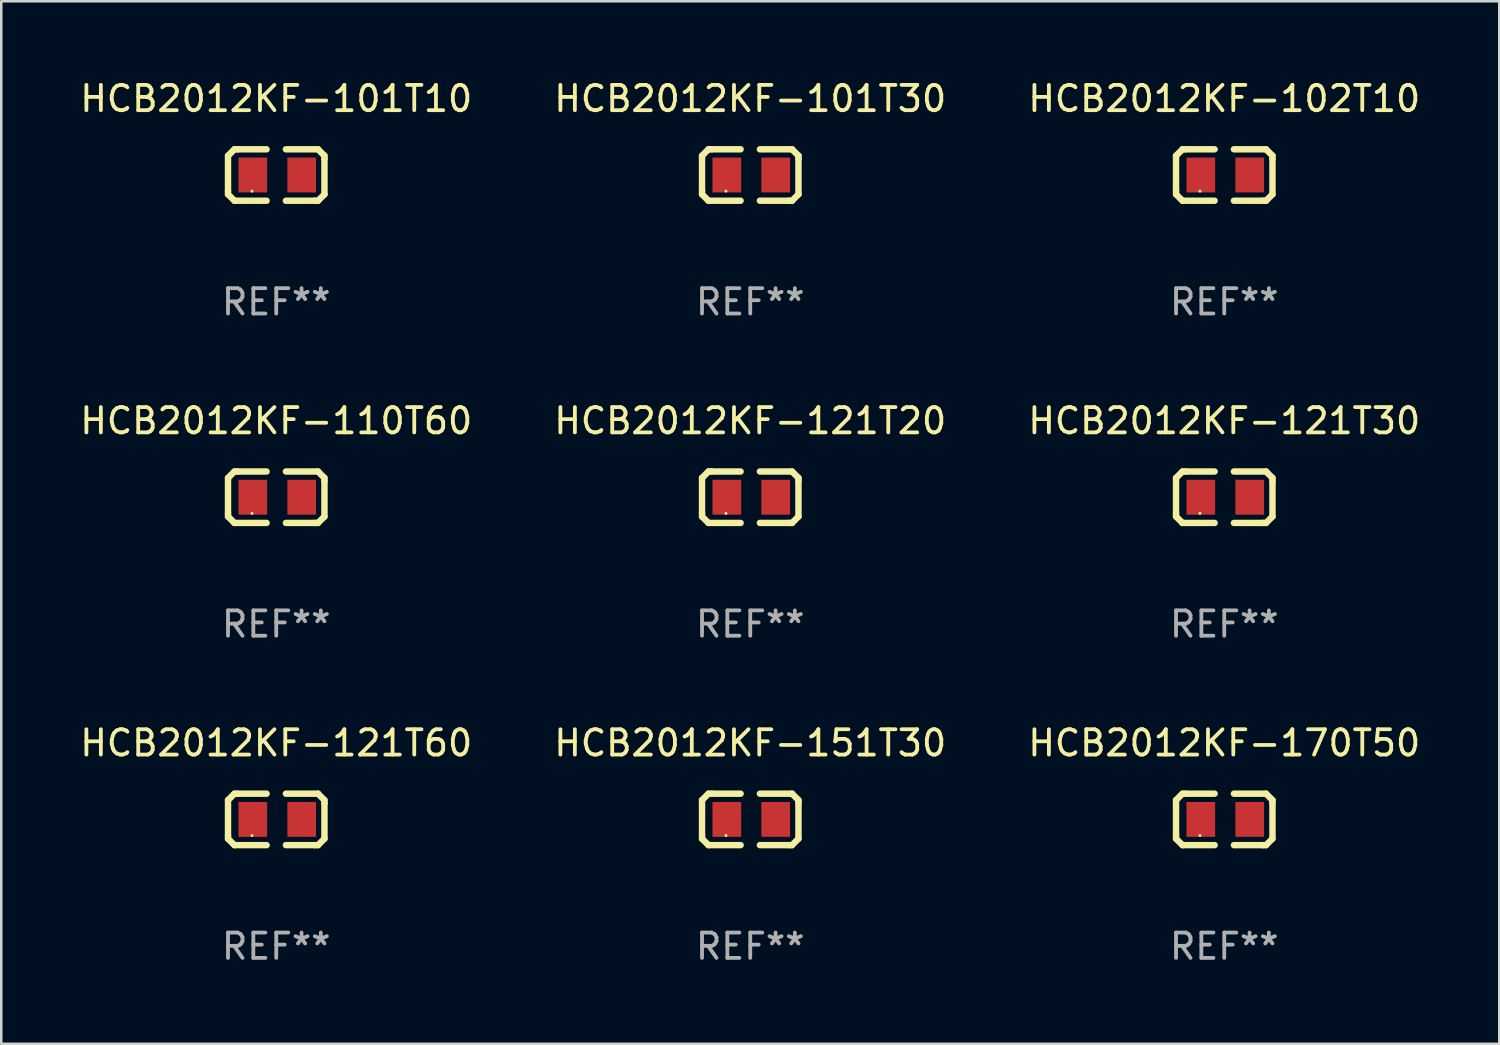
<source format=kicad_pcb>
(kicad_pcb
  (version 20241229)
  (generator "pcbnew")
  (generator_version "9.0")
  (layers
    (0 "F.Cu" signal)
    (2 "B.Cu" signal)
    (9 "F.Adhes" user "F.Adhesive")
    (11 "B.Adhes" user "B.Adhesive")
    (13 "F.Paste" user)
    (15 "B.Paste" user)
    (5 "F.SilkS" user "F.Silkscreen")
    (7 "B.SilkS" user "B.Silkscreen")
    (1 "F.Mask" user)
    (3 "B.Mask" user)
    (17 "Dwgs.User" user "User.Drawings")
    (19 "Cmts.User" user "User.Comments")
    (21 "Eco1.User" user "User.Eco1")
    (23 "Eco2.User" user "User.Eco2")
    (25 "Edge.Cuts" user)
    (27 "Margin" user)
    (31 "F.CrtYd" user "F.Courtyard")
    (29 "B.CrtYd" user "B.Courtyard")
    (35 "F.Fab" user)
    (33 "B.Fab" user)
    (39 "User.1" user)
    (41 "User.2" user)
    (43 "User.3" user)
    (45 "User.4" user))
  (footprint "HCB2012KF-110T60"
    (layer "F.Cu")
    (at 7.863 16.593)
    (property "Reference" "HCB2012KF-110T60" (at 0 -3.016 0) (layer "F.SilkS") (effects (font (size 1 1) (thickness 0.15))))
    (attr through_hole)
    (fp_line (start -1.905 -0.762) (end -1.905 0.635) (stroke (width 0.254) (type solid)) (layer "F.SilkS"))
    (fp_line (start -1.905 0.635) (end -1.905 0.762) (stroke (width 0.254) (type solid)) (layer "F.SilkS"))
    (fp_line (start -1.905 0.762) (end -1.651 1.016) (stroke (width 0.254) (type solid)) (layer "F.SilkS"))
    (fp_line (start -1.651 -1.016) (end -1.905 -0.762) (stroke (width 0.254) (type solid)) (layer "F.SilkS"))
    (fp_line (start -1.651 1.016) (end -0.381 1.016) (stroke (width 0.254) (type solid)) (layer "F.SilkS"))
    (fp_line (start -1.524 -1.016) (end -1.651 -1.016) (stroke (width 0.254) (type solid)) (layer "F.SilkS"))
    (fp_line (start -0.381 -1.016) (end -1.524 -1.016) (stroke (width 0.254) (type solid)) (layer "F.SilkS"))
    (fp_line (start 0.381 1.016) (end 1.524 1.016) (stroke (width 0.254) (type solid)) (layer "F.SilkS"))
    (fp_line (start 1.524 1.016) (end 1.651 1.016) (stroke (width 0.254) (type solid)) (layer "F.SilkS"))
    (fp_line (start 1.651 -1.016) (end 0.381 -1.016) (stroke (width 0.254) (type solid)) (layer "F.SilkS"))
    (fp_line (start 1.651 1.016) (end 1.905 0.762) (stroke (width 0.254) (type solid)) (layer "F.SilkS"))
    (fp_line (start 1.905 -0.762) (end 1.651 -1.016) (stroke (width 0.254) (type solid)) (layer "F.SilkS"))
    (fp_line (start 1.905 -0.635) (end 1.905 -0.762) (stroke (width 0.254) (type solid)) (layer "F.SilkS"))
    (fp_line (start 1.905 0.762) (end 1.905 -0.635) (stroke (width 0.254) (type solid)) (layer "F.SilkS"))
    (fp_circle (center -0.96 0.637) (end -0.93 0.637) (stroke (width 0.06) (type solid)) (fill no) (layer "F.SilkS"))
    (fp_text user "REF**" (at 0 5.016 0) (layer "F.Fab") (effects (font (size 1 1) (thickness 0.15))))
    (pad "1" smd rect (at -0.926 -0.000051) (size 1.133 1.377) (layers "F.Cu" "F.Mask" "F.Paste"))
    (pad "2" smd rect (at 1.006 -0.000051) (size 1.133 1.377) (layers "F.Cu" "F.Mask" "F.Paste")))
  (footprint "HCB2012KF-151T30"
    (layer "F.Cu")
    (at 26.589 29.321)
    (property "Reference" "HCB2012KF-151T30" (at 0 -3.016 0) (layer "F.SilkS") (effects (font (size 1 1) (thickness 0.15))))
    (attr through_hole)
    (fp_line (start -1.905 -0.762) (end -1.905 0.635) (stroke (width 0.254) (type solid)) (layer "F.SilkS"))
    (fp_line (start -1.905 0.635) (end -1.905 0.762) (stroke (width 0.254) (type solid)) (layer "F.SilkS"))
    (fp_line (start -1.905 0.762) (end -1.651 1.016) (stroke (width 0.254) (type solid)) (layer "F.SilkS"))
    (fp_line (start -1.651 -1.016) (end -1.905 -0.762) (stroke (width 0.254) (type solid)) (layer "F.SilkS"))
    (fp_line (start -1.651 1.016) (end -0.381 1.016) (stroke (width 0.254) (type solid)) (layer "F.SilkS"))
    (fp_line (start -1.524 -1.016) (end -1.651 -1.016) (stroke (width 0.254) (type solid)) (layer "F.SilkS"))
    (fp_line (start -0.381 -1.016) (end -1.524 -1.016) (stroke (width 0.254) (type solid)) (layer "F.SilkS"))
    (fp_line (start 0.381 1.016) (end 1.524 1.016) (stroke (width 0.254) (type solid)) (layer "F.SilkS"))
    (fp_line (start 1.524 1.016) (end 1.651 1.016) (stroke (width 0.254) (type solid)) (layer "F.SilkS"))
    (fp_line (start 1.651 -1.016) (end 0.381 -1.016) (stroke (width 0.254) (type solid)) (layer "F.SilkS"))
    (fp_line (start 1.651 1.016) (end 1.905 0.762) (stroke (width 0.254) (type solid)) (layer "F.SilkS"))
    (fp_line (start 1.905 -0.762) (end 1.651 -1.016) (stroke (width 0.254) (type solid)) (layer "F.SilkS"))
    (fp_line (start 1.905 -0.635) (end 1.905 -0.762) (stroke (width 0.254) (type solid)) (layer "F.SilkS"))
    (fp_line (start 1.905 0.762) (end 1.905 -0.635) (stroke (width 0.254) (type solid)) (layer "F.SilkS"))
    (fp_circle (center -0.96 0.637) (end -0.93 0.637) (stroke (width 0.06) (type solid)) (fill no) (layer "F.SilkS"))
    (fp_text user "REF**" (at 0 5.016 0) (layer "F.Fab") (effects (font (size 1 1) (thickness 0.15))))
    (pad "1" smd rect (at -0.926 -0.000051) (size 1.133 1.377) (layers "F.Cu" "F.Mask" "F.Paste"))
    (pad "2" smd rect (at 1.006 -0.000051) (size 1.133 1.377) (layers "F.Cu" "F.Mask" "F.Paste")))
  (footprint "HCB2012KF-121T30"
    (layer "F.Cu")
    (at 45.315 16.593)
    (property "Reference" "HCB2012KF-121T30" (at 0 -3.016 0) (layer "F.SilkS") (effects (font (size 1 1) (thickness 0.15))))
    (attr through_hole)
    (fp_line (start -1.905 -0.762) (end -1.905 0.635) (stroke (width 0.254) (type solid)) (layer "F.SilkS"))
    (fp_line (start -1.905 0.635) (end -1.905 0.762) (stroke (width 0.254) (type solid)) (layer "F.SilkS"))
    (fp_line (start -1.905 0.762) (end -1.651 1.016) (stroke (width 0.254) (type solid)) (layer "F.SilkS"))
    (fp_line (start -1.651 -1.016) (end -1.905 -0.762) (stroke (width 0.254) (type solid)) (layer "F.SilkS"))
    (fp_line (start -1.651 1.016) (end -0.381 1.016) (stroke (width 0.254) (type solid)) (layer "F.SilkS"))
    (fp_line (start -1.524 -1.016) (end -1.651 -1.016) (stroke (width 0.254) (type solid)) (layer "F.SilkS"))
    (fp_line (start -0.381 -1.016) (end -1.524 -1.016) (stroke (width 0.254) (type solid)) (layer "F.SilkS"))
    (fp_line (start 0.381 1.016) (end 1.524 1.016) (stroke (width 0.254) (type solid)) (layer "F.SilkS"))
    (fp_line (start 1.524 1.016) (end 1.651 1.016) (stroke (width 0.254) (type solid)) (layer "F.SilkS"))
    (fp_line (start 1.651 -1.016) (end 0.381 -1.016) (stroke (width 0.254) (type solid)) (layer "F.SilkS"))
    (fp_line (start 1.651 1.016) (end 1.905 0.762) (stroke (width 0.254) (type solid)) (layer "F.SilkS"))
    (fp_line (start 1.905 -0.762) (end 1.651 -1.016) (stroke (width 0.254) (type solid)) (layer "F.SilkS"))
    (fp_line (start 1.905 -0.635) (end 1.905 -0.762) (stroke (width 0.254) (type solid)) (layer "F.SilkS"))
    (fp_line (start 1.905 0.762) (end 1.905 -0.635) (stroke (width 0.254) (type solid)) (layer "F.SilkS"))
    (fp_circle (center -0.96 0.637) (end -0.93 0.637) (stroke (width 0.06) (type solid)) (fill no) (layer "F.SilkS"))
    (fp_text user "REF**" (at 0 5.016 0) (layer "F.Fab") (effects (font (size 1 1) (thickness 0.15))))
    (pad "1" smd rect (at -0.926 -0.000051) (size 1.133 1.377) (layers "F.Cu" "F.Mask" "F.Paste"))
    (pad "2" smd rect (at 1.006 -0.000051) (size 1.133 1.377) (layers "F.Cu" "F.Mask" "F.Paste")))
  (footprint "HCB2012KF-121T20"
    (layer "F.Cu")
    (at 26.589 16.593)
    (property "Reference" "HCB2012KF-121T20" (at 0 -3.016 0) (layer "F.SilkS") (effects (font (size 1 1) (thickness 0.15))))
    (attr through_hole)
    (fp_line (start -1.905 -0.762) (end -1.905 0.635) (stroke (width 0.254) (type solid)) (layer "F.SilkS"))
    (fp_line (start -1.905 0.635) (end -1.905 0.762) (stroke (width 0.254) (type solid)) (layer "F.SilkS"))
    (fp_line (start -1.905 0.762) (end -1.651 1.016) (stroke (width 0.254) (type solid)) (layer "F.SilkS"))
    (fp_line (start -1.651 -1.016) (end -1.905 -0.762) (stroke (width 0.254) (type solid)) (layer "F.SilkS"))
    (fp_line (start -1.651 1.016) (end -0.381 1.016) (stroke (width 0.254) (type solid)) (layer "F.SilkS"))
    (fp_line (start -1.524 -1.016) (end -1.651 -1.016) (stroke (width 0.254) (type solid)) (layer "F.SilkS"))
    (fp_line (start -0.381 -1.016) (end -1.524 -1.016) (stroke (width 0.254) (type solid)) (layer "F.SilkS"))
    (fp_line (start 0.381 1.016) (end 1.524 1.016) (stroke (width 0.254) (type solid)) (layer "F.SilkS"))
    (fp_line (start 1.524 1.016) (end 1.651 1.016) (stroke (width 0.254) (type solid)) (layer "F.SilkS"))
    (fp_line (start 1.651 -1.016) (end 0.381 -1.016) (stroke (width 0.254) (type solid)) (layer "F.SilkS"))
    (fp_line (start 1.651 1.016) (end 1.905 0.762) (stroke (width 0.254) (type solid)) (layer "F.SilkS"))
    (fp_line (start 1.905 -0.762) (end 1.651 -1.016) (stroke (width 0.254) (type solid)) (layer "F.SilkS"))
    (fp_line (start 1.905 -0.635) (end 1.905 -0.762) (stroke (width 0.254) (type solid)) (layer "F.SilkS"))
    (fp_line (start 1.905 0.762) (end 1.905 -0.635) (stroke (width 0.254) (type solid)) (layer "F.SilkS"))
    (fp_circle (center -0.96 0.637) (end -0.93 0.637) (stroke (width 0.06) (type solid)) (fill no) (layer "F.SilkS"))
    (fp_text user "REF**" (at 0 5.016 0) (layer "F.Fab") (effects (font (size 1 1) (thickness 0.15))))
    (pad "1" smd rect (at -0.926 -0.000051) (size 1.133 1.377) (layers "F.Cu" "F.Mask" "F.Paste"))
    (pad "2" smd rect (at 1.006 -0.000051) (size 1.133 1.377) (layers "F.Cu" "F.Mask" "F.Paste")))
  (footprint "HCB2012KF-101T30"
    (layer "F.Cu")
    (at 26.589 3.864)
    (property "Reference" "HCB2012KF-101T30" (at 0 -3.016 0) (layer "F.SilkS") (effects (font (size 1 1) (thickness 0.15))))
    (attr through_hole)
    (fp_line (start -1.905 -0.762) (end -1.905 0.635) (stroke (width 0.254) (type solid)) (layer "F.SilkS"))
    (fp_line (start -1.905 0.635) (end -1.905 0.762) (stroke (width 0.254) (type solid)) (layer "F.SilkS"))
    (fp_line (start -1.905 0.762) (end -1.651 1.016) (stroke (width 0.254) (type solid)) (layer "F.SilkS"))
    (fp_line (start -1.651 -1.016) (end -1.905 -0.762) (stroke (width 0.254) (type solid)) (layer "F.SilkS"))
    (fp_line (start -1.651 1.016) (end -0.381 1.016) (stroke (width 0.254) (type solid)) (layer "F.SilkS"))
    (fp_line (start -1.524 -1.016) (end -1.651 -1.016) (stroke (width 0.254) (type solid)) (layer "F.SilkS"))
    (fp_line (start -0.381 -1.016) (end -1.524 -1.016) (stroke (width 0.254) (type solid)) (layer "F.SilkS"))
    (fp_line (start 0.381 1.016) (end 1.524 1.016) (stroke (width 0.254) (type solid)) (layer "F.SilkS"))
    (fp_line (start 1.524 1.016) (end 1.651 1.016) (stroke (width 0.254) (type solid)) (layer "F.SilkS"))
    (fp_line (start 1.651 -1.016) (end 0.381 -1.016) (stroke (width 0.254) (type solid)) (layer "F.SilkS"))
    (fp_line (start 1.651 1.016) (end 1.905 0.762) (stroke (width 0.254) (type solid)) (layer "F.SilkS"))
    (fp_line (start 1.905 -0.762) (end 1.651 -1.016) (stroke (width 0.254) (type solid)) (layer "F.SilkS"))
    (fp_line (start 1.905 -0.635) (end 1.905 -0.762) (stroke (width 0.254) (type solid)) (layer "F.SilkS"))
    (fp_line (start 1.905 0.762) (end 1.905 -0.635) (stroke (width 0.254) (type solid)) (layer "F.SilkS"))
    (fp_circle (center -0.96 0.637) (end -0.93 0.637) (stroke (width 0.06) (type solid)) (fill no) (layer "F.SilkS"))
    (fp_text user "REF**" (at 0 5.016 0) (layer "F.Fab") (effects (font (size 1 1) (thickness 0.15))))
    (pad "1" smd rect (at -0.926 -0.000051) (size 1.133 1.377) (layers "F.Cu" "F.Mask" "F.Paste"))
    (pad "2" smd rect (at 1.006 -0.000051) (size 1.133 1.377) (layers "F.Cu" "F.Mask" "F.Paste")))
  (footprint "HCB2012KF-121T60"
    (layer "F.Cu")
    (at 7.863 29.321)
    (property "Reference" "HCB2012KF-121T60" (at 0 -3.016 0) (layer "F.SilkS") (effects (font (size 1 1) (thickness 0.15))))
    (attr through_hole)
    (fp_line (start -1.905 -0.762) (end -1.905 0.635) (stroke (width 0.254) (type solid)) (layer "F.SilkS"))
    (fp_line (start -1.905 0.635) (end -1.905 0.762) (stroke (width 0.254) (type solid)) (layer "F.SilkS"))
    (fp_line (start -1.905 0.762) (end -1.651 1.016) (stroke (width 0.254) (type solid)) (layer "F.SilkS"))
    (fp_line (start -1.651 -1.016) (end -1.905 -0.762) (stroke (width 0.254) (type solid)) (layer "F.SilkS"))
    (fp_line (start -1.651 1.016) (end -0.381 1.016) (stroke (width 0.254) (type solid)) (layer "F.SilkS"))
    (fp_line (start -1.524 -1.016) (end -1.651 -1.016) (stroke (width 0.254) (type solid)) (layer "F.SilkS"))
    (fp_line (start -0.381 -1.016) (end -1.524 -1.016) (stroke (width 0.254) (type solid)) (layer "F.SilkS"))
    (fp_line (start 0.381 1.016) (end 1.524 1.016) (stroke (width 0.254) (type solid)) (layer "F.SilkS"))
    (fp_line (start 1.524 1.016) (end 1.651 1.016) (stroke (width 0.254) (type solid)) (layer "F.SilkS"))
    (fp_line (start 1.651 -1.016) (end 0.381 -1.016) (stroke (width 0.254) (type solid)) (layer "F.SilkS"))
    (fp_line (start 1.651 1.016) (end 1.905 0.762) (stroke (width 0.254) (type solid)) (layer "F.SilkS"))
    (fp_line (start 1.905 -0.762) (end 1.651 -1.016) (stroke (width 0.254) (type solid)) (layer "F.SilkS"))
    (fp_line (start 1.905 -0.635) (end 1.905 -0.762) (stroke (width 0.254) (type solid)) (layer "F.SilkS"))
    (fp_line (start 1.905 0.762) (end 1.905 -0.635) (stroke (width 0.254) (type solid)) (layer "F.SilkS"))
    (fp_circle (center -0.96 0.637) (end -0.93 0.637) (stroke (width 0.06) (type solid)) (fill no) (layer "F.SilkS"))
    (fp_text user "REF**" (at 0 5.016 0) (layer "F.Fab") (effects (font (size 1 1) (thickness 0.15))))
    (pad "1" smd rect (at -0.926 -0.000051) (size 1.133 1.377) (layers "F.Cu" "F.Mask" "F.Paste"))
    (pad "2" smd rect (at 1.006 -0.000051) (size 1.133 1.377) (layers "F.Cu" "F.Mask" "F.Paste")))
  (footprint "HCB2012KF-170T50"
    (layer "F.Cu")
    (at 45.315 29.321)
    (property "Reference" "HCB2012KF-170T50" (at 0 -3.016 0) (layer "F.SilkS") (effects (font (size 1 1) (thickness 0.15))))
    (attr through_hole)
    (fp_line (start -1.905 -0.762) (end -1.905 0.635) (stroke (width 0.254) (type solid)) (layer "F.SilkS"))
    (fp_line (start -1.905 0.635) (end -1.905 0.762) (stroke (width 0.254) (type solid)) (layer "F.SilkS"))
    (fp_line (start -1.905 0.762) (end -1.651 1.016) (stroke (width 0.254) (type solid)) (layer "F.SilkS"))
    (fp_line (start -1.651 -1.016) (end -1.905 -0.762) (stroke (width 0.254) (type solid)) (layer "F.SilkS"))
    (fp_line (start -1.651 1.016) (end -0.381 1.016) (stroke (width 0.254) (type solid)) (layer "F.SilkS"))
    (fp_line (start -1.524 -1.016) (end -1.651 -1.016) (stroke (width 0.254) (type solid)) (layer "F.SilkS"))
    (fp_line (start -0.381 -1.016) (end -1.524 -1.016) (stroke (width 0.254) (type solid)) (layer "F.SilkS"))
    (fp_line (start 0.381 1.016) (end 1.524 1.016) (stroke (width 0.254) (type solid)) (layer "F.SilkS"))
    (fp_line (start 1.524 1.016) (end 1.651 1.016) (stroke (width 0.254) (type solid)) (layer "F.SilkS"))
    (fp_line (start 1.651 -1.016) (end 0.381 -1.016) (stroke (width 0.254) (type solid)) (layer "F.SilkS"))
    (fp_line (start 1.651 1.016) (end 1.905 0.762) (stroke (width 0.254) (type solid)) (layer "F.SilkS"))
    (fp_line (start 1.905 -0.762) (end 1.651 -1.016) (stroke (width 0.254) (type solid)) (layer "F.SilkS"))
    (fp_line (start 1.905 -0.635) (end 1.905 -0.762) (stroke (width 0.254) (type solid)) (layer "F.SilkS"))
    (fp_line (start 1.905 0.762) (end 1.905 -0.635) (stroke (width 0.254) (type solid)) (layer "F.SilkS"))
    (fp_circle (center -0.96 0.637) (end -0.93 0.637) (stroke (width 0.06) (type solid)) (fill no) (layer "F.SilkS"))
    (fp_text user "REF**" (at 0 5.016 0) (layer "F.Fab") (effects (font (size 1 1) (thickness 0.15))))
    (pad "1" smd rect (at -0.926 -0.000051) (size 1.133 1.377) (layers "F.Cu" "F.Mask" "F.Paste"))
    (pad "2" smd rect (at 1.006 -0.000051) (size 1.133 1.377) (layers "F.Cu" "F.Mask" "F.Paste")))
  (footprint "HCB2012KF-101T10"
    (layer "F.Cu")
    (at 7.863 3.864)
    (property "Reference" "HCB2012KF-101T10" (at 0 -3.016 0) (layer "F.SilkS") (effects (font (size 1 1) (thickness 0.15))))
    (attr through_hole)
    (fp_line (start -1.905 -0.762) (end -1.905 0.635) (stroke (width 0.254) (type solid)) (layer "F.SilkS"))
    (fp_line (start -1.905 0.635) (end -1.905 0.762) (stroke (width 0.254) (type solid)) (layer "F.SilkS"))
    (fp_line (start -1.905 0.762) (end -1.651 1.016) (stroke (width 0.254) (type solid)) (layer "F.SilkS"))
    (fp_line (start -1.651 -1.016) (end -1.905 -0.762) (stroke (width 0.254) (type solid)) (layer "F.SilkS"))
    (fp_line (start -1.651 1.016) (end -0.381 1.016) (stroke (width 0.254) (type solid)) (layer "F.SilkS"))
    (fp_line (start -1.524 -1.016) (end -1.651 -1.016) (stroke (width 0.254) (type solid)) (layer "F.SilkS"))
    (fp_line (start -0.381 -1.016) (end -1.524 -1.016) (stroke (width 0.254) (type solid)) (layer "F.SilkS"))
    (fp_line (start 0.381 1.016) (end 1.524 1.016) (stroke (width 0.254) (type solid)) (layer "F.SilkS"))
    (fp_line (start 1.524 1.016) (end 1.651 1.016) (stroke (width 0.254) (type solid)) (layer "F.SilkS"))
    (fp_line (start 1.651 -1.016) (end 0.381 -1.016) (stroke (width 0.254) (type solid)) (layer "F.SilkS"))
    (fp_line (start 1.651 1.016) (end 1.905 0.762) (stroke (width 0.254) (type solid)) (layer "F.SilkS"))
    (fp_line (start 1.905 -0.762) (end 1.651 -1.016) (stroke (width 0.254) (type solid)) (layer "F.SilkS"))
    (fp_line (start 1.905 -0.635) (end 1.905 -0.762) (stroke (width 0.254) (type solid)) (layer "F.SilkS"))
    (fp_line (start 1.905 0.762) (end 1.905 -0.635) (stroke (width 0.254) (type solid)) (layer "F.SilkS"))
    (fp_circle (center -0.96 0.637) (end -0.93 0.637) (stroke (width 0.06) (type solid)) (fill no) (layer "F.SilkS"))
    (fp_text user "REF**" (at 0 5.016 0) (layer "F.Fab") (effects (font (size 1 1) (thickness 0.15))))
    (pad "1" smd rect (at -0.926 -0.000051) (size 1.133 1.377) (layers "F.Cu" "F.Mask" "F.Paste"))
    (pad "2" smd rect (at 1.006 -0.000051) (size 1.133 1.377) (layers "F.Cu" "F.Mask" "F.Paste")))
  (footprint "HCB2012KF-102T10"
    (layer "F.Cu")
    (at 45.315 3.864)
    (property "Reference" "HCB2012KF-102T10" (at 0 -3.016 0) (layer "F.SilkS") (effects (font (size 1 1) (thickness 0.15))))
    (attr through_hole)
    (fp_line (start -1.905 -0.762) (end -1.905 0.635) (stroke (width 0.254) (type solid)) (layer "F.SilkS"))
    (fp_line (start -1.905 0.635) (end -1.905 0.762) (stroke (width 0.254) (type solid)) (layer "F.SilkS"))
    (fp_line (start -1.905 0.762) (end -1.651 1.016) (stroke (width 0.254) (type solid)) (layer "F.SilkS"))
    (fp_line (start -1.651 -1.016) (end -1.905 -0.762) (stroke (width 0.254) (type solid)) (layer "F.SilkS"))
    (fp_line (start -1.651 1.016) (end -0.381 1.016) (stroke (width 0.254) (type solid)) (layer "F.SilkS"))
    (fp_line (start -1.524 -1.016) (end -1.651 -1.016) (stroke (width 0.254) (type solid)) (layer "F.SilkS"))
    (fp_line (start -0.381 -1.016) (end -1.524 -1.016) (stroke (width 0.254) (type solid)) (layer "F.SilkS"))
    (fp_line (start 0.381 1.016) (end 1.524 1.016) (stroke (width 0.254) (type solid)) (layer "F.SilkS"))
    (fp_line (start 1.524 1.016) (end 1.651 1.016) (stroke (width 0.254) (type solid)) (layer "F.SilkS"))
    (fp_line (start 1.651 -1.016) (end 0.381 -1.016) (stroke (width 0.254) (type solid)) (layer "F.SilkS"))
    (fp_line (start 1.651 1.016) (end 1.905 0.762) (stroke (width 0.254) (type solid)) (layer "F.SilkS"))
    (fp_line (start 1.905 -0.762) (end 1.651 -1.016) (stroke (width 0.254) (type solid)) (layer "F.SilkS"))
    (fp_line (start 1.905 -0.635) (end 1.905 -0.762) (stroke (width 0.254) (type solid)) (layer "F.SilkS"))
    (fp_line (start 1.905 0.762) (end 1.905 -0.635) (stroke (width 0.254) (type solid)) (layer "F.SilkS"))
    (fp_circle (center -0.96 0.637) (end -0.93 0.637) (stroke (width 0.06) (type solid)) (fill no) (layer "F.SilkS"))
    (fp_text user "REF**" (at 0 5.016 0) (layer "F.Fab") (effects (font (size 1 1) (thickness 0.15))))
    (pad "1" smd rect (at -0.926 -0.000051) (size 1.133 1.377) (layers "F.Cu" "F.Mask" "F.Paste"))
    (pad "2" smd rect (at 1.006 -0.000051) (size 1.133 1.377) (layers "F.Cu" "F.Mask" "F.Paste")))
  (gr_rect
    (start -3 -3)
    (end 56.179 38.186)
    (stroke (width 0.1) (type default))
    (fill no)
    (layer "Edge.Cuts")))
</source>
